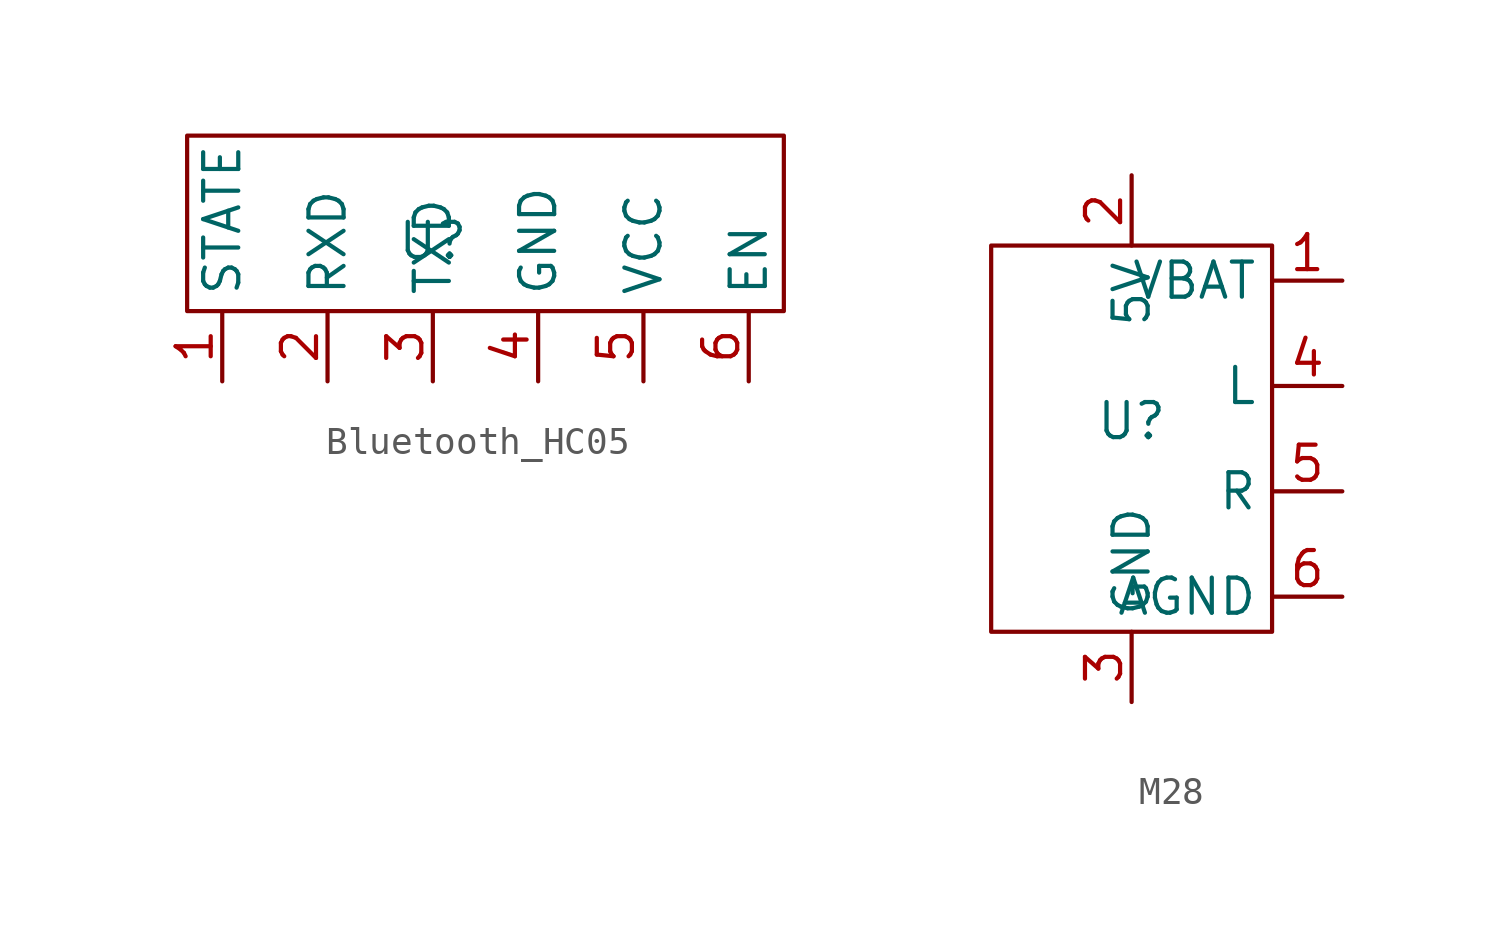
<source format=kicad_sym>
(kicad_symbol_lib
  (version 20231120)
  (generator "kicad_symbol_editor")
  (generator_version "8.0")
  (symbol "Bluetooth_HC05"
    (property "Reference" "U"
      (at -2.54 0 0)
      (effects (font (size 1.27 1.27))))
    (property "Value" ""
      (at -2.54 0 0)
      (effects (font (size 1.27 1.27))))
    (symbol "Bluetooth_HC05_0_1"
      (rectangle (start -11.43 3.81) (end 10.16 -2.54) (stroke (width 0) (type default)) (fill (type none))))
    (symbol "Bluetooth_HC05_1_1"
      (pin output line (at -10.16 -5.08 90) (length 2.54) (name "STATE" (effects (font (size 1.27 1.27)))) (number "1" (effects (font (size 1.27 1.27)))))
      (pin input line (at -6.35 -5.08 90) (length 2.54) (name "RXD" (effects (font (size 1.27 1.27)))) (number "2" (effects (font (size 1.27 1.27)))))
      (pin output line (at -2.54 -5.08 90) (length 2.54) (name "TXD" (effects (font (size 1.27 1.27)))) (number "3" (effects (font (size 1.27 1.27)))))
      (pin power_in line (at 1.27 -5.08 90) (length 2.54) (name "GND" (effects (font (size 1.27 1.27)))) (number "4" (effects (font (size 1.27 1.27)))))
      (pin power_in line (at 5.08 -5.08 90) (length 2.54) (name "VCC" (effects (font (size 1.27 1.27)))) (number "5" (effects (font (size 1.27 1.27)))))
      (pin input line (at 8.89 -5.08 90) (length 2.54) (name "EN" (effects (font (size 1.27 1.27)))) (number "6" (effects (font (size 1.27 1.27)))))))
  (symbol "M28"
    (property "Reference" "U"
      (at 0 0 0)
      (effects (font (size 1.27 1.27))))
    (property "Value" ""
      (at 0 0 0)
      (effects (font (size 1.27 1.27))))
    (symbol "M28_0_1"
      (rectangle (start -5.08 6.35) (end 5.08 -7.62) (stroke (width 0) (type default)) (fill (type none))))
    (symbol "M28_1_1"
      (pin power_in line (at 7.62 5.08 180) (length 2.54) (name "VBAT" (effects (font (size 1.27 1.27)))) (number "1" (effects (font (size 1.27 1.27)))))
      (pin power_in line (at 0 8.89 270) (length 2.54) (name "5V" (effects (font (size 1.27 1.27)))) (number "2" (effects (font (size 1.27 1.27)))))
      (pin power_in line (at 0 -10.16 90) (length 2.54) (name "GND" (effects (font (size 1.27 1.27)))) (number "3" (effects (font (size 1.27 1.27)))))
      (pin output line (at 7.62 1.27 180) (length 2.54) (name "L" (effects (font (size 1.27 1.27)))) (number "4" (effects (font (size 1.27 1.27)))))
      (pin output line (at 7.62 -2.54 180) (length 2.54) (name "R" (effects (font (size 1.27 1.27)))) (number "5" (effects (font (size 1.27 1.27)))))
      (pin power_in line (at 7.62 -6.35 180) (length 2.54) (name "AGND" (effects (font (size 1.27 1.27)))) (number "6" (effects (font (size 1.27 1.27))))))))
</source>
